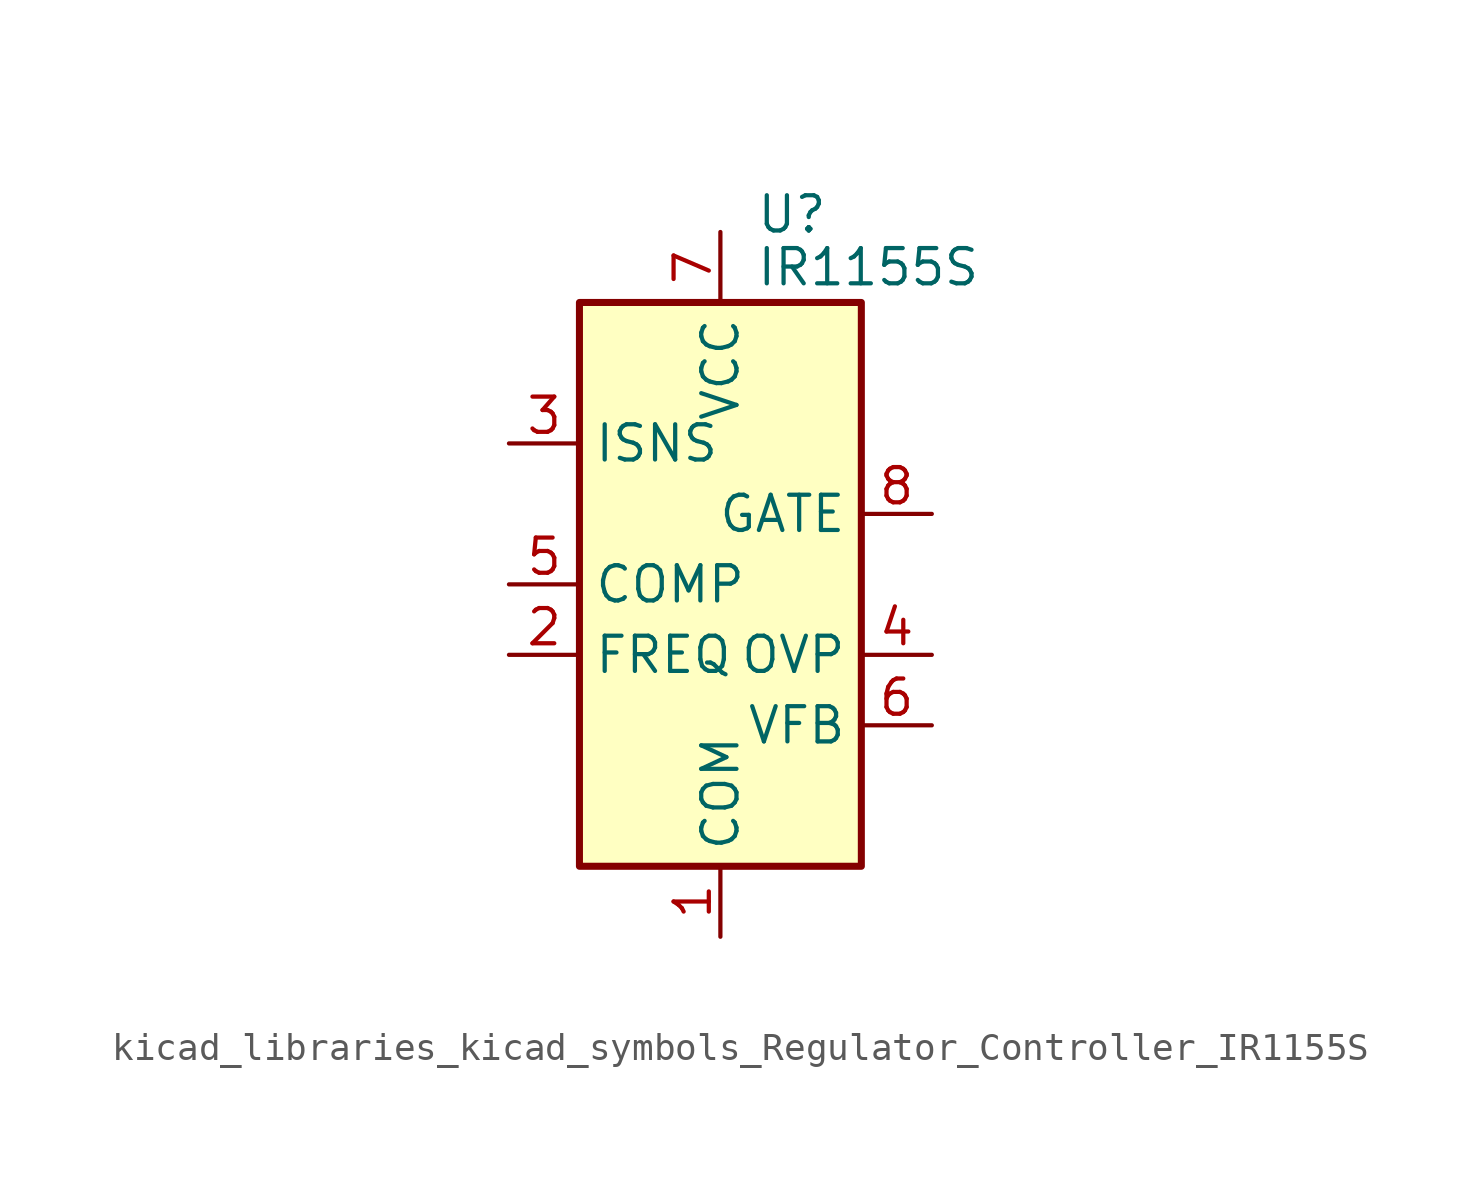
<source format=kicad_sym>
(kicad_symbol_lib
  (version 20220914)
  (generator kicad_symbol_editor)
  (symbol "kicad_libraries_kicad_symbols_Regulator_Controller_IR1155S"
    (property "Reference" "U"
      (at 1.27 13.335 0)
      (effects (font (size 1.27 1.27)) (justify left)))
    (property "Value" "IR1155S"
      (at 1.27 11.43 0)
      (effects (font (size 1.27 1.27)) (justify left)))
    (symbol "kicad_libraries_kicad_symbols_Regulator_Controller_IR1155S_0_1"
      (rectangle (start -5.08 -10.16) (end 5.08 10.16) (stroke (width 0.254) (type default)) (fill (type background))))
    (symbol "kicad_libraries_kicad_symbols_Regulator_Controller_IR1155S_1_1"
      (pin power_in line (at 0 -12.7 90) (length 2.54) (name "COM" (effects (font (size 1.27 1.27)))) (number "1" (effects (font (size 1.27 1.27)))))
      (pin passive line (at -7.62 -2.54 0) (length 2.54) (name "FREQ" (effects (font (size 1.27 1.27)))) (number "2" (effects (font (size 1.27 1.27)))))
      (pin passive line (at -7.62 5.08 0) (length 2.54) (name "ISNS" (effects (font (size 1.27 1.27)))) (number "3" (effects (font (size 1.27 1.27)))))
      (pin input line (at 7.62 -2.54 180) (length 2.54) (name "OVP" (effects (font (size 1.27 1.27)))) (number "4" (effects (font (size 1.27 1.27)))))
      (pin output line (at -7.62 0 0) (length 2.54) (name "COMP" (effects (font (size 1.27 1.27)))) (number "5" (effects (font (size 1.27 1.27)))))
      (pin input line (at 7.62 -5.08 180) (length 2.54) (name "VFB" (effects (font (size 1.27 1.27)))) (number "6" (effects (font (size 1.27 1.27)))))
      (pin power_in line (at 0 12.7 270) (length 2.54) (name "VCC" (effects (font (size 1.27 1.27)))) (number "7" (effects (font (size 1.27 1.27)))))
      (pin output line (at 7.62 2.54 180) (length 2.54) (name "GATE" (effects (font (size 1.27 1.27)))) (number "8" (effects (font (size 1.27 1.27))))))))
</source>
